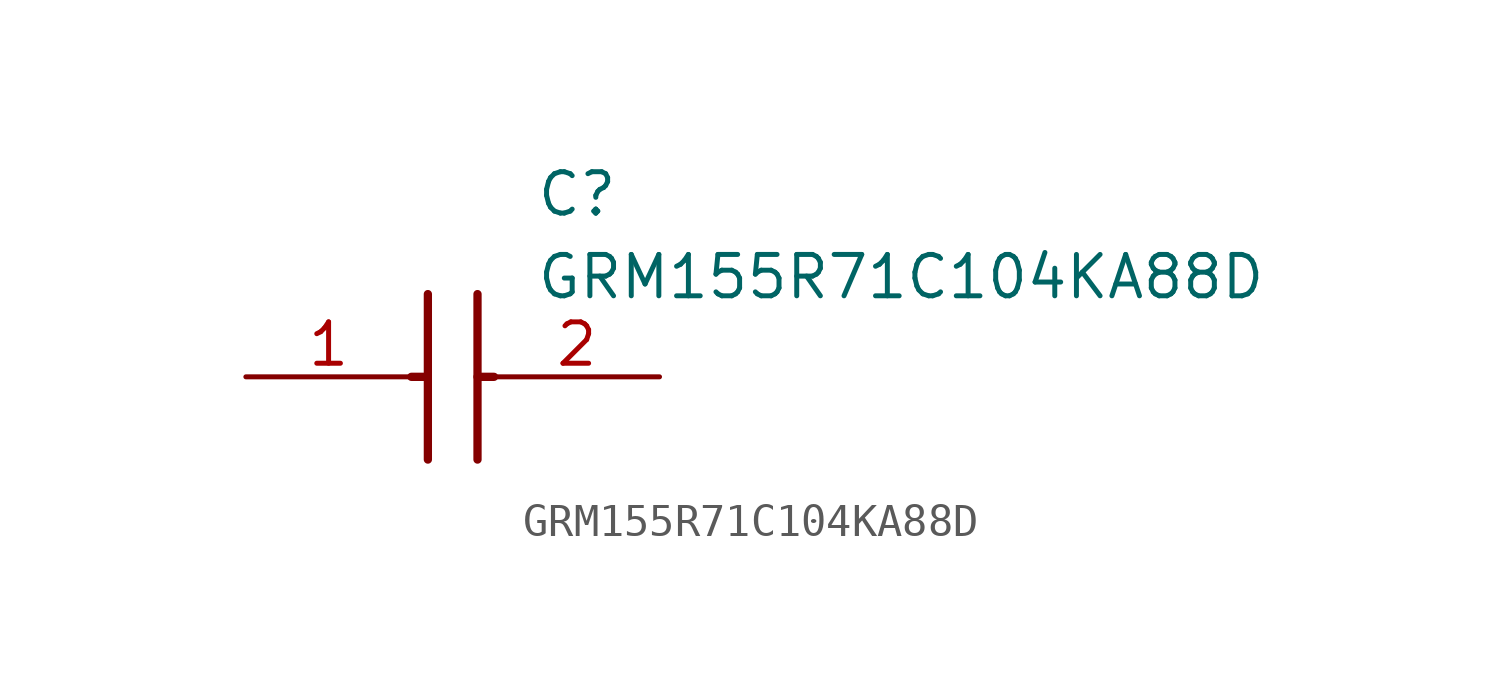
<source format=kicad_sym>
(kicad_symbol_lib
  (version 20211014)
  (generator SamacSys_ECAD_Model)
  (symbol "GRM155R71C104KA88D"
    (pin_names hide)
    (property "Reference" "C"
      (at 8.89 6.35 0)
      (effects (font (size 1.27 1.27)) (justify left top)))
    (property "Value" "GRM155R71C104KA88D"
      (at 8.89 3.81 0)
      (effects (font (size 1.27 1.27)) (justify left top)))
    (polyline
      (pts (xy 5.588 2.54) (xy 5.588 -2.54))
      (stroke (width 0.254) (type default))
      (fill (type none)))
    (polyline
      (pts (xy 7.112 2.54) (xy 7.112 -2.54))
      (stroke (width 0.254) (type default))
      (fill (type none)))
    (polyline
      (pts (xy 5.08 0) (xy 5.588 0))
      (stroke (width 0.254) (type default))
      (fill (type none)))
    (polyline
      (pts (xy 7.112 0) (xy 7.62 0))
      (stroke (width 0.254) (type default))
      (fill (type none)))
    (pin passive line
      (at 0 0 0)
      (length 5.08)
      (name "1" (effects (font (size 1.27 1.27))))
      (number "1" (effects (font (size 1.27 1.27)))))
    (pin passive line
      (at 12.7 0 180)
      (length 5.08)
      (name "2" (effects (font (size 1.27 1.27))))
      (number "2" (effects (font (size 1.27 1.27)))))))
</source>
